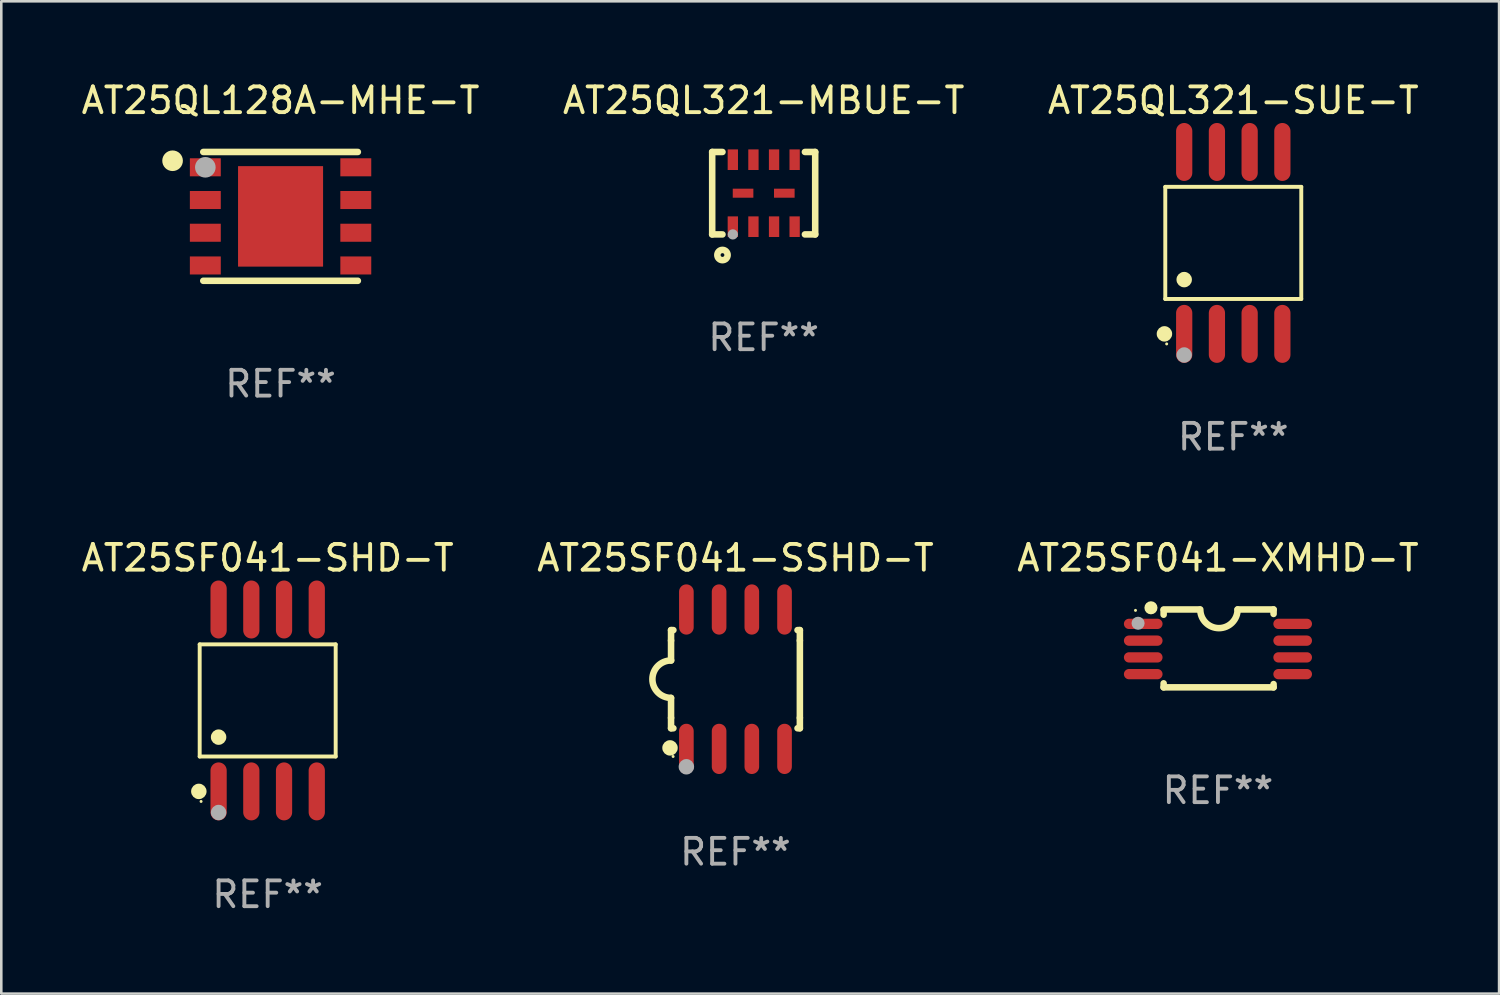
<source format=kicad_pcb>
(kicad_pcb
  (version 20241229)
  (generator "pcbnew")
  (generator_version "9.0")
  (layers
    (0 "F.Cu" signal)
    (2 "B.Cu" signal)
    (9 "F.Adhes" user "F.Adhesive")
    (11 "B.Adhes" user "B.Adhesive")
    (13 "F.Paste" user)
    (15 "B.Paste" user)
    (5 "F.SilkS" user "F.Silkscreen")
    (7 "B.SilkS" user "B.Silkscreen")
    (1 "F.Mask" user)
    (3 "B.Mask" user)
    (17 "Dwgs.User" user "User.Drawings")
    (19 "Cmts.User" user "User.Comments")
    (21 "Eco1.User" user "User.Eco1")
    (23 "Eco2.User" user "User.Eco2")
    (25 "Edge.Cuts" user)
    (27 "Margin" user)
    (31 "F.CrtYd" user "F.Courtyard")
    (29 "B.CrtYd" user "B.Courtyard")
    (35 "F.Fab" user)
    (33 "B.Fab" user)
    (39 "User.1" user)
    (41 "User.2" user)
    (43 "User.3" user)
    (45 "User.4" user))
  (footprint "AT25SF041-SSHD-T"
    (layer "F.Cu")
    (at 25.494 23.31)
    (property "Reference" "AT25SF041-SSHD-T" (at 0 -4.705 0) (layer "F.SilkS") (effects (font (size 1 1) (thickness 0.15))))
    (attr through_hole)
    (fp_line (start -2.5 -1.905) (end -2.409 -1.905) (stroke (width 0.254) (type solid)) (layer "F.SilkS"))
    (fp_line (start -2.5 -1.5) (end -2.5 -1.905) (stroke (width 0.254) (type solid)) (layer "F.SilkS"))
    (fp_line (start -2.5 -1.5) (end -2.5 -0.726) (stroke (width 0.254) (type solid)) (layer "F.SilkS"))
    (fp_line (start -2.5 1.5) (end -2.5 0.727) (stroke (width 0.254) (type solid)) (layer "F.SilkS"))
    (fp_line (start -2.5 1.5) (end -2.5 1.905) (stroke (width 0.254) (type solid)) (layer "F.SilkS"))
    (fp_line (start -2.5 1.905) (end -2.409 1.905) (stroke (width 0.254) (type solid)) (layer "F.SilkS"))
    (fp_line (start 2.5 -1.905) (end 2.409 -1.905) (stroke (width 0.254) (type solid)) (layer "F.SilkS"))
    (fp_line (start 2.5 -1.5) (end 2.5 -1.905) (stroke (width 0.254) (type solid)) (layer "F.SilkS"))
    (fp_line (start 2.5 -1.5) (end 2.5 1.5) (stroke (width 0.254) (type solid)) (layer "F.SilkS"))
    (fp_line (start 2.5 1.5) (end 2.5 1.905) (stroke (width 0.254) (type solid)) (layer "F.SilkS"))
    (fp_line (start 2.5 1.905) (end 2.409 1.905) (stroke (width 0.254) (type solid)) (layer "F.SilkS"))
    (fp_arc (start -2.5 0.726568) (mid -3.220316 -0.0023) (end -2.495097 -0.726289) (stroke (width 0.254001) (type solid)) (layer "F.SilkS"))
    (fp_circle (center -2.54 2.667) (end -2.39 2.667) (stroke (width 0.3) (type solid)) (fill no) (layer "F.SilkS"))
    (fp_circle (center -2.42 3) (end -2.39 3) (stroke (width 0.06) (type solid)) (fill no) (layer "F.SilkS"))
    (fp_circle (center -1.905 3.4) (end -1.755 3.4) (stroke (width 0.3) (type solid)) (fill no) (layer "F.Fab"))
    (fp_text user "REF**" (at 0 6.705 0) (layer "F.Fab") (effects (font (size 1 1) (thickness 0.15))))
    (pad "1" smd oval (at -1.905 2.705) (size 0.568 1.95) (layers "F.Cu" "F.Mask" "F.Paste"))
    (pad "2" smd oval (at -0.635 2.705) (size 0.568 1.95) (layers "F.Cu" "F.Mask" "F.Paste"))
    (pad "3" smd oval (at 0.635 2.705) (size 0.568 1.95) (layers "F.Cu" "F.Mask" "F.Paste"))
    (pad "4" smd oval (at 1.905 2.705) (size 0.568 1.95) (layers "F.Cu" "F.Mask" "F.Paste"))
    (pad "5" smd oval (at 1.905 -2.705) (size 0.568 1.95) (layers "F.Cu" "F.Mask" "F.Paste"))
    (pad "6" smd oval (at 0.635 -2.705) (size 0.568 1.95) (layers "F.Cu" "F.Mask" "F.Paste"))
    (pad "7" smd oval (at -0.635 -2.705) (size 0.568 1.95) (layers "F.Cu" "F.Mask" "F.Paste"))
    (pad "8" smd oval (at -1.905 -2.705) (size 0.568 1.95) (layers "F.Cu" "F.Mask" "F.Paste")))
  (footprint "AT25SF041-XMHD-T"
    (layer "F.Cu")
    (at 44.22 22.116)
    (property "Reference" "AT25SF041-XMHD-T" (at 0 -3.511 0) (layer "F.SilkS") (effects (font (size 1 1) (thickness 0.15))))
    (attr through_hole)
    (fp_line (start -2.108 -1.511) (end -0.711 -1.511) (stroke (width 0.254) (type solid)) (layer "F.SilkS"))
    (fp_line (start -2.108 -1.309) (end -2.108 -1.486) (stroke (width 0.254) (type solid)) (layer "F.SilkS"))
    (fp_line (start -2.108 1.511) (end -2.108 1.355) (stroke (width 0.254) (type solid)) (layer "F.SilkS"))
    (fp_line (start 0.762 -1.511) (end 2.159 -1.511) (stroke (width 0.254) (type solid)) (layer "F.SilkS"))
    (fp_line (start 2.159 -1.511) (end 2.159 -1.339) (stroke (width 0.254) (type solid)) (layer "F.SilkS"))
    (fp_line (start 2.159 1.384) (end 2.159 1.511) (stroke (width 0.254) (type solid)) (layer "F.SilkS"))
    (fp_line (start 2.159 1.511) (end -2.108 1.511) (stroke (width 0.254) (type solid)) (layer "F.SilkS"))
    (fp_arc (start 0.762002 -1.511303) (mid 0.0381 -0.787401) (end -0.685802 -1.511303) (stroke (width 0.254001) (type solid)) (layer "F.SilkS"))
    (fp_circle (center -3.2 -1.477) (end -3.17 -1.477) (stroke (width 0.06) (type solid)) (fill no) (layer "F.SilkS"))
    (fp_circle (center -2.6 -1.577) (end -2.473 -1.577) (stroke (width 0.254) (type solid)) (fill no) (layer "F.SilkS"))
    (fp_circle (center -3.1 -0.977) (end -2.973 -0.977) (stroke (width 0.254) (type solid)) (fill no) (layer "F.Fab"))
    (fp_text user "REF**" (at 0 5.511 0) (layer "F.Fab") (effects (font (size 1 1) (thickness 0.15))))
    (pad "1" smd oval (at -2.9 -0.953 90) (size 0.4 1.5) (layers "F.Cu" "F.Mask" "F.Paste"))
    (pad "2" smd oval (at -2.9 -0.302 90) (size 0.4 1.5) (layers "F.Cu" "F.Mask" "F.Paste"))
    (pad "3" smd oval (at -2.9 0.348 90) (size 0.4 1.5) (layers "F.Cu" "F.Mask" "F.Paste"))
    (pad "4" smd oval (at -2.9 0.998 90) (size 0.4 1.5) (layers "F.Cu" "F.Mask" "F.Paste"))
    (pad "5" smd oval (at 2.9 0.998 90) (size 0.4 1.5) (layers "F.Cu" "F.Mask" "F.Paste"))
    (pad "6" smd oval (at 2.9 0.348 90) (size 0.4 1.5) (layers "F.Cu" "F.Mask" "F.Paste"))
    (pad "7" smd oval (at 2.9 -0.302 90) (size 0.4 1.5) (layers "F.Cu" "F.Mask" "F.Paste"))
    (pad "8" smd oval (at 2.9 -0.953 90) (size 0.4 1.5) (layers "F.Cu" "F.Mask" "F.Paste")))
  (footprint "AT25QL321-SUE-T"
    (layer "F.Cu")
    (at 44.815 6.378)
    (property "Reference" "AT25QL321-SUE-T" (at 0 -5.53 0) (layer "F.SilkS") (effects (font (size 1 1) (thickness 0.15))))
    (attr through_hole)
    (fp_line (start -2.639 -2.176) (end 2.639 -2.176) (stroke (width 0.152) (type solid)) (layer "F.SilkS"))
    (fp_line (start -2.639 2.176) (end -2.639 -2.176) (stroke (width 0.152) (type solid)) (layer "F.SilkS"))
    (fp_line (start 2.639 -2.176) (end 2.639 2.176) (stroke (width 0.152) (type solid)) (layer "F.SilkS"))
    (fp_line (start 2.639 2.176) (end -2.639 2.176) (stroke (width 0.152) (type solid)) (layer "F.SilkS"))
    (fp_circle (center -2.672 3.53) (end -2.522 3.53) (stroke (width 0.3) (type solid)) (fill no) (layer "F.SilkS"))
    (fp_circle (center -2.585 3.92) (end -2.555 3.92) (stroke (width 0.06) (type solid)) (fill no) (layer "F.SilkS"))
    (fp_circle (center -1.905 1.424) (end -1.755 1.424) (stroke (width 0.3) (type solid)) (fill no) (layer "F.SilkS"))
    (fp_circle (center -1.905 4.35) (end -1.755 4.35) (stroke (width 0.3) (type solid)) (fill no) (layer "F.Fab"))
    (fp_text user "REF**" (at 0 7.53 0) (layer "F.Fab") (effects (font (size 1 1) (thickness 0.15))))
    (pad "1" smd oval (at -1.905 3.53) (size 0.63 2.25) (layers "F.Cu" "F.Mask" "F.Paste"))
    (pad "2" smd oval (at -0.635 3.53) (size 0.63 2.25) (layers "F.Cu" "F.Mask" "F.Paste"))
    (pad "3" smd oval (at 0.635 3.53) (size 0.63 2.25) (layers "F.Cu" "F.Mask" "F.Paste"))
    (pad "4" smd oval (at 1.905 3.53) (size 0.63 2.25) (layers "F.Cu" "F.Mask" "F.Paste"))
    (pad "5" smd oval (at 1.905 -3.53) (size 0.63 2.25) (layers "F.Cu" "F.Mask" "F.Paste"))
    (pad "6" smd oval (at 0.635 -3.53) (size 0.63 2.25) (layers "F.Cu" "F.Mask" "F.Paste"))
    (pad "7" smd oval (at -0.635 -3.53) (size 0.63 2.25) (layers "F.Cu" "F.Mask" "F.Paste"))
    (pad "8" smd oval (at -1.905 -3.53) (size 0.63 2.25) (layers "F.Cu" "F.Mask" "F.Paste")))
  (footprint "AT25QL321-MBUE-T"
    (layer "F.Cu")
    (at 26.589 4.448)
    (property "Reference" "AT25QL321-MBUE-T" (at 0 -3.6 0) (layer "F.SilkS") (effects (font (size 1 1) (thickness 0.15))))
    (attr through_hole)
    (fp_line (start -2 -1.6) (end -1.599 -1.6) (stroke (width 0.254) (type solid)) (layer "F.SilkS"))
    (fp_line (start -2 1.6) (end -1.599 1.6) (stroke (width 0.254) (type solid)) (layer "F.SilkS"))
    (fp_line (start -1.998 -1.6) (end -1.998 1.6) (stroke (width 0.254) (type solid)) (layer "F.SilkS"))
    (fp_line (start 2 -1.6) (end 1.601 -1.6) (stroke (width 0.254) (type solid)) (layer "F.SilkS"))
    (fp_line (start 2 1.6) (end 1.601 1.6) (stroke (width 0.254) (type solid)) (layer "F.SilkS"))
    (fp_line (start 2 1.6) (end 2 -1.6) (stroke (width 0.254) (type solid)) (layer "F.SilkS"))
    (fp_circle (center -1.997 1.5) (end -1.967 1.5) (stroke (width 0.06) (type solid)) (fill no) (layer "F.SilkS"))
    (fp_circle (center -1.599 2.4) (end -1.399 2.4) (stroke (width 0.254) (type solid)) (fill no) (layer "F.SilkS"))
    (fp_circle (center -1.197 1.6) (end -1.097 1.6) (stroke (width 0.2) (type solid)) (fill no) (layer "F.Fab"))
    (fp_text user "REF**" (at 0 5.6 0) (layer "F.Fab") (effects (font (size 1 1) (thickness 0.15))))
    (pad "1" smd rect (at -1.197 1.3) (size 0.4 0.8) (layers "F.Cu" "F.Mask" "F.Paste"))
    (pad "2" smd rect (at -0.397 1.3) (size 0.4 0.8) (layers "F.Cu" "F.Mask" "F.Paste"))
    (pad "3" smd rect (at 0.403 1.3) (size 0.4 0.8) (layers "F.Cu" "F.Mask" "F.Paste"))
    (pad "4" smd rect (at 1.202 1.3) (size 0.4 0.8) (layers "F.Cu" "F.Mask" "F.Paste"))
    (pad "5" smd rect (at 1.202 -1.3) (size 0.4 0.8) (layers "F.Cu" "F.Mask" "F.Paste"))
    (pad "6" smd rect (at 0.403 -1.3) (size 0.4 0.8) (layers "F.Cu" "F.Mask" "F.Paste"))
    (pad "7" smd rect (at -0.397 -1.3) (size 0.4 0.8) (layers "F.Cu" "F.Mask" "F.Paste"))
    (pad "8" smd rect (at -1.197 -1.3) (size 0.4 0.8) (layers "F.Cu" "F.Mask" "F.Paste"))
    (pad "9" smd rect (at -0.8 0.00014 90) (size 0.35 0.8) (layers "F.Cu" "F.Mask" "F.Paste"))
    (pad "10" smd rect (at 0.801 0.00014 90) (size 0.35 0.8) (layers "F.Cu" "F.Mask" "F.Paste")))
  (footprint "AT25SF041-SHD-T"
    (layer "F.Cu")
    (at 7.339 24.135)
    (property "Reference" "AT25SF041-SHD-T" (at 0 -5.53 0) (layer "F.SilkS") (effects (font (size 1 1) (thickness 0.15))))
    (attr through_hole)
    (fp_line (start -2.639 -2.176) (end 2.639 -2.176) (stroke (width 0.152) (type solid)) (layer "F.SilkS"))
    (fp_line (start -2.639 2.176) (end -2.639 -2.176) (stroke (width 0.152) (type solid)) (layer "F.SilkS"))
    (fp_line (start 2.639 -2.176) (end 2.639 2.176) (stroke (width 0.152) (type solid)) (layer "F.SilkS"))
    (fp_line (start 2.639 2.176) (end -2.639 2.176) (stroke (width 0.152) (type solid)) (layer "F.SilkS"))
    (fp_circle (center -2.672 3.53) (end -2.522 3.53) (stroke (width 0.3) (type solid)) (fill no) (layer "F.SilkS"))
    (fp_circle (center -2.585 3.92) (end -2.555 3.92) (stroke (width 0.06) (type solid)) (fill no) (layer "F.SilkS"))
    (fp_circle (center -1.905 1.424) (end -1.755 1.424) (stroke (width 0.3) (type solid)) (fill no) (layer "F.SilkS"))
    (fp_circle (center -1.905 4.35) (end -1.755 4.35) (stroke (width 0.3) (type solid)) (fill no) (layer "F.Fab"))
    (fp_text user "REF**" (at 0 7.53 0) (layer "F.Fab") (effects (font (size 1 1) (thickness 0.15))))
    (pad "1" smd oval (at -1.905 3.53) (size 0.63 2.25) (layers "F.Cu" "F.Mask" "F.Paste"))
    (pad "2" smd oval (at -0.635 3.53) (size 0.63 2.25) (layers "F.Cu" "F.Mask" "F.Paste"))
    (pad "3" smd oval (at 0.635 3.53) (size 0.63 2.25) (layers "F.Cu" "F.Mask" "F.Paste"))
    (pad "4" smd oval (at 1.905 3.53) (size 0.63 2.25) (layers "F.Cu" "F.Mask" "F.Paste"))
    (pad "5" smd oval (at 1.905 -3.53) (size 0.63 2.25) (layers "F.Cu" "F.Mask" "F.Paste"))
    (pad "6" smd oval (at 0.635 -3.53) (size 0.63 2.25) (layers "F.Cu" "F.Mask" "F.Paste"))
    (pad "7" smd oval (at -0.635 -3.53) (size 0.63 2.25) (layers "F.Cu" "F.Mask" "F.Paste"))
    (pad "8" smd oval (at -1.905 -3.53) (size 0.63 2.25) (layers "F.Cu" "F.Mask" "F.Paste")))
  (footprint "AT25QL128A-MHE-T"
    (layer "F.Cu")
    (at 7.839 5.348)
    (property "Reference" "AT25QL128A-MHE-T" (at 0 -4.5 0) (layer "F.SilkS") (effects (font (size 1 1) (thickness 0.15))))
    (attr through_hole)
    (fp_line (start 3 -2.5) (end -3 -2.5) (stroke (width 0.254) (type solid)) (layer "F.SilkS"))
    (fp_line (start 3 2.5) (end -3 2.5) (stroke (width 0.254) (type solid)) (layer "F.SilkS"))
    (fp_circle (center -4.191 -2.159) (end -3.991 -2.159) (stroke (width 0.4) (type solid)) (fill no) (layer "F.SilkS"))
    (fp_circle (center -3 -2.5) (end -2.97 -2.5) (stroke (width 0.06) (type solid)) (fill no) (layer "F.SilkS"))
    (fp_circle (center -2.92 -1.905) (end -2.72 -1.905) (stroke (width 0.4) (type solid)) (fill no) (layer "F.Fab"))
    (fp_text user "REF**" (at 0 6.5 0) (layer "F.Fab") (effects (font (size 1 1) (thickness 0.15))))
    (pad "1" smd rect (at -2.92 -1.905) (size 1.2 0.7) (layers "F.Cu" "F.Mask" "F.Paste"))
    (pad "2" smd rect (at -2.92 -0.635) (size 1.2 0.7) (layers "F.Cu" "F.Mask" "F.Paste"))
    (pad "3" smd rect (at -2.92 0.635) (size 1.2 0.7) (layers "F.Cu" "F.Mask" "F.Paste"))
    (pad "4" smd rect (at -2.92 1.905) (size 1.2 0.7) (layers "F.Cu" "F.Mask" "F.Paste"))
    (pad "5" smd rect (at 2.92 1.905) (size 1.2 0.7) (layers "F.Cu" "F.Mask" "F.Paste"))
    (pad "6" smd rect (at 2.92 0.635) (size 1.2 0.7) (layers "F.Cu" "F.Mask" "F.Paste"))
    (pad "7" smd rect (at 2.92 -0.635) (size 1.2 0.7) (layers "F.Cu" "F.Mask" "F.Paste"))
    (pad "8" smd rect (at 2.92 -1.905) (size 1.2 0.7) (layers "F.Cu" "F.Mask" "F.Paste"))
    (pad "9" smd rect (at 0 0) (size 3.3 3.9) (layers "F.Cu" "F.Mask" "F.Paste")))
  (gr_rect
    (start -3 -3)
    (end 55.131 35.513)
    (stroke (width 0.1) (type default))
    (fill no)
    (layer "Edge.Cuts")))
</source>
